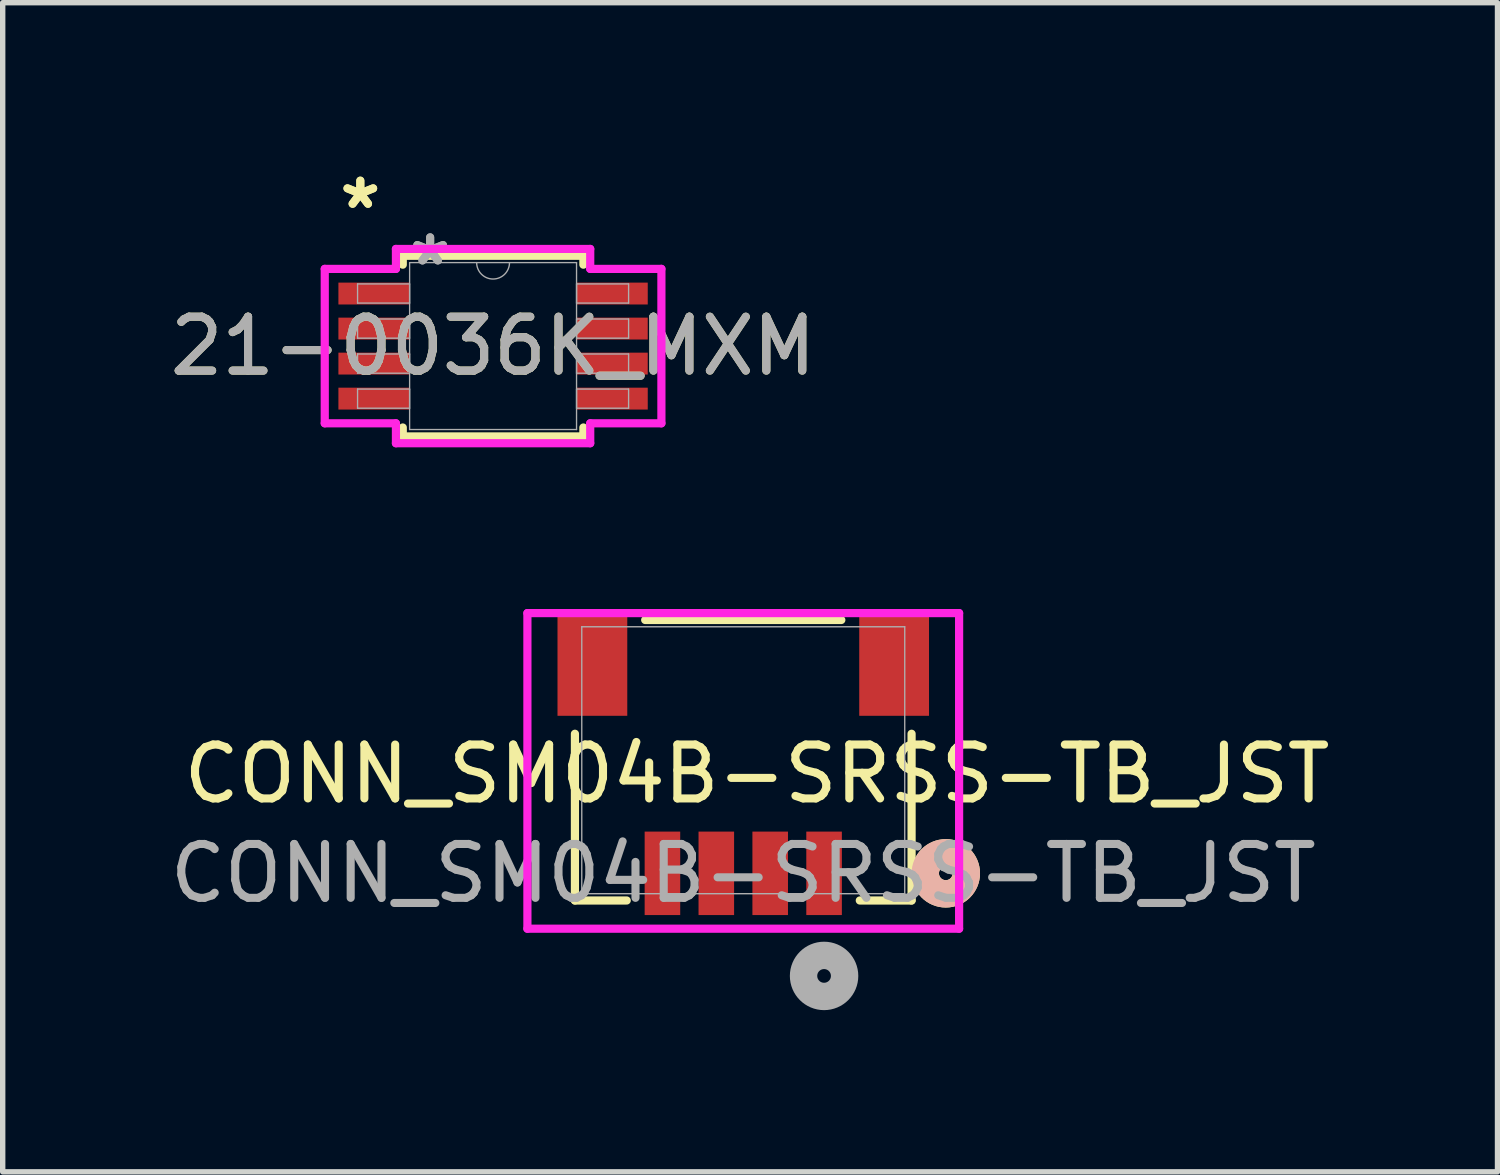
<source format=kicad_pcb>
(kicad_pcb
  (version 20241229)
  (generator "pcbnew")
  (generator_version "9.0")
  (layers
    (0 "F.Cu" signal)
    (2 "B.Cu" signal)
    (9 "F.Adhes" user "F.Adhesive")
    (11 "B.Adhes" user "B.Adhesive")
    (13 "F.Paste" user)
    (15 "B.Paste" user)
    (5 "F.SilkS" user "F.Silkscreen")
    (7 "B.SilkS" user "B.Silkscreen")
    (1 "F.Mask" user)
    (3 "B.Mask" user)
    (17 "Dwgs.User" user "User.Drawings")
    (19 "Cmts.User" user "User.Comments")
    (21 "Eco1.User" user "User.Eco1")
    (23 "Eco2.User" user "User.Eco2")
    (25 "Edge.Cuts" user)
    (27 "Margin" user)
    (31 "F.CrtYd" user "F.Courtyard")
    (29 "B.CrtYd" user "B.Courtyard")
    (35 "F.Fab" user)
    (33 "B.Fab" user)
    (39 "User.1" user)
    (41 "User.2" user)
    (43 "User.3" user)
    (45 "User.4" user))
  (footprint "CONN_SM04B-SRSS-TB_JST"
    (layer "F.Cu")
    (at 10.744 11.059)
    (property "Reference" "CONN_SM04B-SRSS-TB_JST" (at 0.254 0.254 0) (unlocked yes) (layer "F.SilkS") (effects (font (size 1 1) (thickness 0.15))))
    (attr smd)
    (fp_line (start -3.124 -0.491) (end -3.124 2.603) (stroke (width 0.152) (type solid)) (layer "F.SilkS"))
    (fp_line (start -3.124 2.603) (end -2.163 2.603) (stroke (width 0.152) (type solid)) (layer "F.SilkS"))
    (fp_line (start 1.82 -2.603) (end -1.82 -2.603) (stroke (width 0.152) (type solid)) (layer "F.SilkS"))
    (fp_line (start 2.163 2.603) (end 3.124 2.603) (stroke (width 0.152) (type solid)) (layer "F.SilkS"))
    (fp_line (start 3.124 2.603) (end 3.124 -0.491) (stroke (width 0.152) (type solid)) (layer "F.SilkS"))
    (fp_circle (center 3.759 2.099) (end 4.14 2.099) (stroke (width 0.508) (type solid)) (fill no) (layer "F.SilkS"))
    (fp_circle (center 3.759 2.099) (end 4.14 2.099) (stroke (width 0.508) (type solid)) (fill no) (layer "B.SilkS"))
    (fp_line (start -4.006 -2.731) (end -4.006 3.127) (stroke (width 0.152) (type solid)) (layer "F.CrtYd"))
    (fp_line (start -4.006 3.127) (end 4.006 3.127) (stroke (width 0.152) (type solid)) (layer "F.CrtYd"))
    (fp_line (start 4.006 -2.731) (end -4.006 -2.731) (stroke (width 0.152) (type solid)) (layer "F.CrtYd"))
    (fp_line (start 4.006 3.127) (end 4.006 -2.731) (stroke (width 0.152) (type solid)) (layer "F.CrtYd"))
    (fp_line (start -2.997 -2.477) (end -2.997 2.477) (stroke (width 0.025) (type solid)) (layer "F.Fab"))
    (fp_line (start -2.997 2.477) (end 2.997 2.477) (stroke (width 0.025) (type solid)) (layer "F.Fab"))
    (fp_line (start 2.997 -2.477) (end -2.997 -2.477) (stroke (width 0.025) (type solid)) (layer "F.Fab"))
    (fp_line (start 2.997 2.477) (end 2.997 -2.477) (stroke (width 0.025) (type solid)) (layer "F.Fab"))
    (fp_circle (center 1.5 4.003) (end 1.881 4.003) (stroke (width 0.508) (type solid)) (fill no) (layer "F.Fab"))
    (fp_text user "${REFERENCE}" (at 0 2.099 0) (unlocked yes) (layer "F.Fab") (effects (font (size 1 1) (thickness 0.15))))
    (pad "1" smd rect (at 1.5 2.099) (size 0.66 1.549) (layers "F.Cu" "F.Mask" "F.Paste"))
    (pad "2" smd rect (at 0.5 2.099) (size 0.66 1.549) (layers "F.Cu" "F.Mask" "F.Paste"))
    (pad "3" smd rect (at -0.5 2.099) (size 0.66 1.549) (layers "F.Cu" "F.Mask" "F.Paste"))
    (pad "4" smd rect (at -1.5 2.099) (size 0.66 1.549) (layers "F.Cu" "F.Mask" "F.Paste"))
    (pad "5" smd rect (at -2.8 -1.777 90) (size 1.905 1.295) (layers "F.Cu" "F.Mask" "F.Paste"))
    (pad "6" smd rect (at 2.8 -1.777 90) (size 1.905 1.295) (layers "F.Cu" "F.Mask" "F.Paste")))
  (footprint "21-0036K_MXM"
    (layer "F.Cu")
    (at 6.101 3.373)
    (property "Reference" "21-0036K_MXM" (at 0 0 0) (unlocked yes) (layer "F.SilkS") (effects (font (size 1 1) (thickness 0.15))))
    (attr smd)
    (fp_line (start -1.676 -1.676) (end -1.676 -1.511) (stroke (width 0.152) (type solid)) (layer "F.SilkS"))
    (fp_line (start -1.676 1.511) (end -1.676 1.676) (stroke (width 0.152) (type solid)) (layer "F.SilkS"))
    (fp_line (start -1.676 1.676) (end 1.676 1.676) (stroke (width 0.152) (type solid)) (layer "F.SilkS"))
    (fp_line (start 1.676 -1.676) (end -1.676 -1.676) (stroke (width 0.152) (type solid)) (layer "F.SilkS"))
    (fp_line (start 1.676 -1.511) (end 1.676 -1.676) (stroke (width 0.152) (type solid)) (layer "F.SilkS"))
    (fp_line (start 1.676 1.676) (end 1.676 1.511) (stroke (width 0.152) (type solid)) (layer "F.SilkS"))
    (fp_line (start -3.124 -1.433) (end -1.803 -1.433) (stroke (width 0.152) (type solid)) (layer "F.CrtYd"))
    (fp_line (start -3.124 1.433) (end -3.124 -1.433) (stroke (width 0.152) (type solid)) (layer "F.CrtYd"))
    (fp_line (start -3.124 1.433) (end -1.803 1.433) (stroke (width 0.152) (type solid)) (layer "F.CrtYd"))
    (fp_line (start -1.803 -1.803) (end 1.803 -1.803) (stroke (width 0.152) (type solid)) (layer "F.CrtYd"))
    (fp_line (start -1.803 -1.433) (end -1.803 -1.803) (stroke (width 0.152) (type solid)) (layer "F.CrtYd"))
    (fp_line (start -1.803 1.803) (end -1.803 1.433) (stroke (width 0.152) (type solid)) (layer "F.CrtYd"))
    (fp_line (start 1.803 -1.803) (end 1.803 -1.433) (stroke (width 0.152) (type solid)) (layer "F.CrtYd"))
    (fp_line (start 1.803 1.433) (end 1.803 1.803) (stroke (width 0.152) (type solid)) (layer "F.CrtYd"))
    (fp_line (start 1.803 1.803) (end -1.803 1.803) (stroke (width 0.152) (type solid)) (layer "F.CrtYd"))
    (fp_line (start 3.124 -1.433) (end 1.803 -1.433) (stroke (width 0.152) (type solid)) (layer "F.CrtYd"))
    (fp_line (start 3.124 -1.433) (end 3.124 1.433) (stroke (width 0.152) (type solid)) (layer "F.CrtYd"))
    (fp_line (start 3.124 1.433) (end 1.803 1.433) (stroke (width 0.152) (type solid)) (layer "F.CrtYd"))
    (fp_line (start -2.515 -1.153) (end -2.515 -0.798) (stroke (width 0.025) (type solid)) (layer "F.Fab"))
    (fp_line (start -2.515 -0.798) (end -1.549 -0.798) (stroke (width 0.025) (type solid)) (layer "F.Fab"))
    (fp_line (start -2.515 -0.503) (end -2.515 -0.147) (stroke (width 0.025) (type solid)) (layer "F.Fab"))
    (fp_line (start -2.515 -0.147) (end -1.549 -0.147) (stroke (width 0.025) (type solid)) (layer "F.Fab"))
    (fp_line (start -2.515 0.147) (end -2.515 0.503) (stroke (width 0.025) (type solid)) (layer "F.Fab"))
    (fp_line (start -2.515 0.503) (end -1.549 0.503) (stroke (width 0.025) (type solid)) (layer "F.Fab"))
    (fp_line (start -2.515 0.798) (end -2.515 1.153) (stroke (width 0.025) (type solid)) (layer "F.Fab"))
    (fp_line (start -2.515 1.153) (end -1.549 1.153) (stroke (width 0.025) (type solid)) (layer "F.Fab"))
    (fp_line (start -1.549 -1.549) (end -1.549 1.549) (stroke (width 0.025) (type solid)) (layer "F.Fab"))
    (fp_line (start -1.549 -1.153) (end -2.515 -1.153) (stroke (width 0.025) (type solid)) (layer "F.Fab"))
    (fp_line (start -1.549 -0.798) (end -1.549 -1.153) (stroke (width 0.025) (type solid)) (layer "F.Fab"))
    (fp_line (start -1.549 -0.503) (end -2.515 -0.503) (stroke (width 0.025) (type solid)) (layer "F.Fab"))
    (fp_line (start -1.549 -0.147) (end -1.549 -0.503) (stroke (width 0.025) (type solid)) (layer "F.Fab"))
    (fp_line (start -1.549 0.147) (end -2.515 0.147) (stroke (width 0.025) (type solid)) (layer "F.Fab"))
    (fp_line (start -1.549 0.503) (end -1.549 0.147) (stroke (width 0.025) (type solid)) (layer "F.Fab"))
    (fp_line (start -1.549 0.798) (end -2.515 0.798) (stroke (width 0.025) (type solid)) (layer "F.Fab"))
    (fp_line (start -1.549 1.153) (end -1.549 0.798) (stroke (width 0.025) (type solid)) (layer "F.Fab"))
    (fp_line (start -1.549 1.549) (end 1.549 1.549) (stroke (width 0.025) (type solid)) (layer "F.Fab"))
    (fp_line (start 1.549 -1.549) (end -1.549 -1.549) (stroke (width 0.025) (type solid)) (layer "F.Fab"))
    (fp_line (start 1.549 -1.153) (end 1.549 -0.798) (stroke (width 0.025) (type solid)) (layer "F.Fab"))
    (fp_line (start 1.549 -0.798) (end 2.515 -0.798) (stroke (width 0.025) (type solid)) (layer "F.Fab"))
    (fp_line (start 1.549 -0.503) (end 1.549 -0.147) (stroke (width 0.025) (type solid)) (layer "F.Fab"))
    (fp_line (start 1.549 -0.147) (end 2.515 -0.147) (stroke (width 0.025) (type solid)) (layer "F.Fab"))
    (fp_line (start 1.549 0.147) (end 1.549 0.503) (stroke (width 0.025) (type solid)) (layer "F.Fab"))
    (fp_line (start 1.549 0.503) (end 2.515 0.503) (stroke (width 0.025) (type solid)) (layer "F.Fab"))
    (fp_line (start 1.549 0.798) (end 1.549 1.153) (stroke (width 0.025) (type solid)) (layer "F.Fab"))
    (fp_line (start 1.549 1.153) (end 2.515 1.153) (stroke (width 0.025) (type solid)) (layer "F.Fab"))
    (fp_line (start 1.549 1.549) (end 1.549 -1.549) (stroke (width 0.025) (type solid)) (layer "F.Fab"))
    (fp_line (start 2.515 -1.153) (end 1.549 -1.153) (stroke (width 0.025) (type solid)) (layer "F.Fab"))
    (fp_line (start 2.515 -0.798) (end 2.515 -1.153) (stroke (width 0.025) (type solid)) (layer "F.Fab"))
    (fp_line (start 2.515 -0.503) (end 1.549 -0.503) (stroke (width 0.025) (type solid)) (layer "F.Fab"))
    (fp_line (start 2.515 -0.147) (end 2.515 -0.503) (stroke (width 0.025) (type solid)) (layer "F.Fab"))
    (fp_line (start 2.515 0.147) (end 1.549 0.147) (stroke (width 0.025) (type solid)) (layer "F.Fab"))
    (fp_line (start 2.515 0.503) (end 2.515 0.147) (stroke (width 0.025) (type solid)) (layer "F.Fab"))
    (fp_line (start 2.515 0.798) (end 1.549 0.798) (stroke (width 0.025) (type solid)) (layer "F.Fab"))
    (fp_line (start 2.515 1.153) (end 2.515 0.798) (stroke (width 0.025) (type solid)) (layer "F.Fab"))
    (fp_arc (start 0.3048 -1.5494) (mid 0 -1.2446) (end -0.3048 -1.5494) (stroke (width 0.0254) (type solid)) (layer "F.Fab"))
    (fp_text user "*" (at -2.464 -2.525 0) (layer "F.SilkS") (effects (font (size 1 1) (thickness 0.15))))
    (fp_text user "*" (at -2.464 -2.525 0) (unlocked yes) (layer "F.SilkS") (effects (font (size 1 1) (thickness 0.15))))
    (fp_text user "*" (at -1.168 -1.473 0) (layer "F.Fab") (effects (font (size 1 1) (thickness 0.15))))
    (fp_text user "*" (at -1.168 -1.473 0) (unlocked yes) (layer "F.Fab") (effects (font (size 1 1) (thickness 0.15))))
    (fp_text user "${REFERENCE}" (at 0 0 0) (unlocked yes) (layer "F.Fab") (effects (font (size 1 1) (thickness 0.15))))
    (pad "1" smd rect (at -2.21 -0.975) (size 1.321 0.406) (layers "F.Cu" "F.Mask" "F.Paste"))
    (pad "2" smd rect (at -2.21 -0.325) (size 1.321 0.406) (layers "F.Cu" "F.Mask" "F.Paste"))
    (pad "3" smd rect (at -2.21 0.325) (size 1.321 0.406) (layers "F.Cu" "F.Mask" "F.Paste"))
    (pad "4" smd rect (at -2.21 0.975) (size 1.321 0.406) (layers "F.Cu" "F.Mask" "F.Paste"))
    (pad "5" smd rect (at 2.21 0.975) (size 1.321 0.406) (layers "F.Cu" "F.Mask" "F.Paste"))
    (pad "6" smd rect (at 2.21 0.325) (size 1.321 0.406) (layers "F.Cu" "F.Mask" "F.Paste"))
    (pad "7" smd rect (at 2.21 -0.325) (size 1.321 0.406) (layers "F.Cu" "F.Mask" "F.Paste"))
    (pad "8" smd rect (at 2.21 -0.975) (size 1.321 0.406) (layers "F.Cu" "F.Mask" "F.Paste")))
  (gr_rect
    (start -3 -3)
    (end 24.742 18.698)
    (stroke (width 0.1) (type default))
    (fill no)
    (layer "Edge.Cuts")))
</source>
